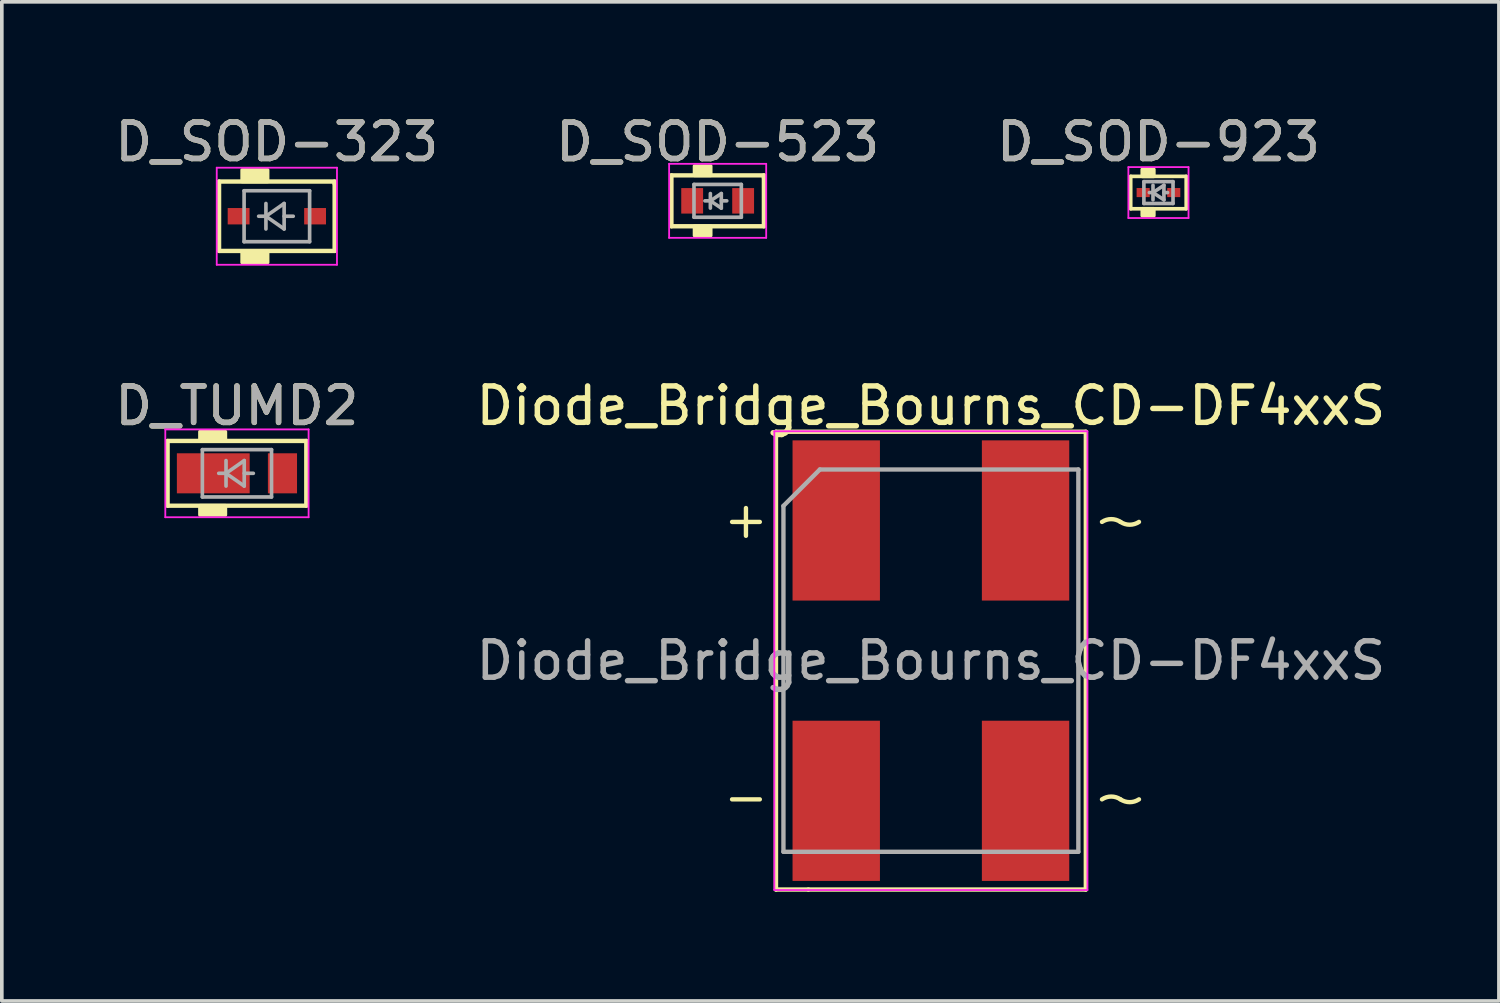
<source format=kicad_pcb>
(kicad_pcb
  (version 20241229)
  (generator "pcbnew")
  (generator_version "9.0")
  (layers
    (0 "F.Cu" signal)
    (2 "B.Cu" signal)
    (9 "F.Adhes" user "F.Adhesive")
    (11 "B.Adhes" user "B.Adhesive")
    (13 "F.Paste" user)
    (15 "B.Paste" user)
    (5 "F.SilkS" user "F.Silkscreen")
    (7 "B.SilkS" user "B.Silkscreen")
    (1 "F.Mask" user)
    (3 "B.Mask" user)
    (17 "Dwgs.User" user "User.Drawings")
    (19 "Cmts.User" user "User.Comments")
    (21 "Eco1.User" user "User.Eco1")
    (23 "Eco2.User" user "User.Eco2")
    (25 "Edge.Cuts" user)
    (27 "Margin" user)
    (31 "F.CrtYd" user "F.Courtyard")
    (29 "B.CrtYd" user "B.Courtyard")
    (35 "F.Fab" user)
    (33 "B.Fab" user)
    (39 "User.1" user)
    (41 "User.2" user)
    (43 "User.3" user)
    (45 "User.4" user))
  (footprint "D_SOD-923"
    (layer "F.Cu")
    (at 28.768 2.239)
    (property "Reference" "D_SOD-923" (at 0 -1.391 0) (layer "F.SilkS") (effects (font (size 1 1) (thickness 0.15))))
    (attr smd)
    (fp_line (start -0.762 -0.445) (end -0.762 0.445) (stroke (width 0.1) (type solid)) (layer "F.SilkS"))
    (fp_line (start -0.762 0.445) (end 0.762 0.445) (stroke (width 0.1) (type solid)) (layer "F.SilkS"))
    (fp_line (start 0.762 -0.445) (end -0.762 -0.445) (stroke (width 0.1) (type solid)) (layer "F.SilkS"))
    (fp_line (start 0.762 0.445) (end 0.762 -0.445) (stroke (width 0.1) (type solid)) (layer "F.SilkS"))
    (fp_poly (pts (xy -0.127 -0.445) (xy -0.445 -0.445) (xy -0.445 -0.635) (xy -0.127 -0.635)) (stroke (width 0.1) (type solid)) (fill yes) (layer "F.SilkS"))
    (fp_poly (pts (xy -0.127 0.635) (xy -0.445 0.635) (xy -0.445 0.445) (xy -0.127 0.445)) (stroke (width 0.1) (type solid)) (fill yes) (layer "F.SilkS"))
    (fp_line (start -0.826 -0.699) (end -0.826 0.699) (stroke (width 0.05) (type solid)) (layer "F.CrtYd"))
    (fp_line (start -0.826 -0.699) (end 0.826 -0.699) (stroke (width 0.05) (type solid)) (layer "F.CrtYd"))
    (fp_line (start 0.826 -0.699) (end 0.826 0.699) (stroke (width 0.05) (type solid)) (layer "F.CrtYd"))
    (fp_line (start 0.826 0.699) (end -0.826 0.699) (stroke (width 0.05) (type solid)) (layer "F.CrtYd"))
    (fp_line (start -0.4 -0.3) (end 0.4 -0.3) (stroke (width 0.1) (type solid)) (layer "F.Fab"))
    (fp_line (start -0.4 0.3) (end -0.4 -0.3) (stroke (width 0.1) (type solid)) (layer "F.Fab"))
    (fp_line (start -0.15 0) (end -0.25 0) (stroke (width 0.1) (type solid)) (layer "F.Fab"))
    (fp_line (start -0.15 0) (end 0.15 0.2) (stroke (width 0.1) (type solid)) (layer "F.Fab"))
    (fp_line (start -0.15 0.2) (end -0.15 -0.2) (stroke (width 0.1) (type solid)) (layer "F.Fab"))
    (fp_line (start 0.15 -0.2) (end -0.15 0) (stroke (width 0.1) (type solid)) (layer "F.Fab"))
    (fp_line (start 0.15 0) (end 0.25 0) (stroke (width 0.1) (type solid)) (layer "F.Fab"))
    (fp_line (start 0.15 0.2) (end 0.15 -0.2) (stroke (width 0.1) (type solid)) (layer "F.Fab"))
    (fp_line (start 0.4 -0.3) (end 0.4 0.3) (stroke (width 0.1) (type solid)) (layer "F.Fab"))
    (fp_line (start 0.4 0.3) (end -0.4 0.3) (stroke (width 0.1) (type solid)) (layer "F.Fab"))
    (fp_text user "${REFERENCE}" (at 0 -1.391 0) (layer "F.Fab") (effects (font (size 1 1) (thickness 0.15))))
    (pad "1" smd rect (at -0.42 0 180) (size 0.36 0.25) (layers "F.Cu" "F.Mask" "F.Paste"))
    (pad "2" smd rect (at 0.42 0 180) (size 0.36 0.25) (layers "F.Cu" "F.Mask" "F.Paste")))
  (footprint "D_SOD-323"
    (layer "F.Cu")
    (at 4.554 2.889)
    (property "Reference" "D_SOD-323" (at 0 -2.041 0) (layer "F.SilkS") (effects (font (size 1 1) (thickness 0.15))))
    (attr smd)
    (fp_line (start -1.587 -0.953) (end -1.587 0.953) (stroke (width 0.12) (type solid)) (layer "F.SilkS"))
    (fp_line (start -1.587 0.953) (end 1.587 0.953) (stroke (width 0.12) (type solid)) (layer "F.SilkS"))
    (fp_line (start 1.587 -0.953) (end -1.587 -0.953) (stroke (width 0.12) (type solid)) (layer "F.SilkS"))
    (fp_line (start 1.587 -0.889) (end 1.587 -0.953) (stroke (width 0.12) (type solid)) (layer "F.SilkS"))
    (fp_line (start 1.587 0.953) (end 1.587 -0.889) (stroke (width 0.12) (type solid)) (layer "F.SilkS"))
    (fp_poly (pts (xy -0.254 -0.953) (xy -0.953 -0.953) (xy -0.953 -1.27) (xy -0.254 -1.27)) (stroke (width 0.1) (type solid)) (fill yes) (layer "F.SilkS"))
    (fp_poly (pts (xy -0.254 1.27) (xy -0.953 1.27) (xy -0.953 0.953) (xy -0.254 0.953)) (stroke (width 0.1) (type solid)) (fill yes) (layer "F.SilkS"))
    (fp_line (start -1.651 -1.333) (end -1.651 1.333) (stroke (width 0.05) (type solid)) (layer "F.CrtYd"))
    (fp_line (start -1.651 -1.333) (end 1.651 -1.333) (stroke (width 0.05) (type solid)) (layer "F.CrtYd"))
    (fp_line (start -1.651 1.333) (end 1.651 1.333) (stroke (width 0.05) (type solid)) (layer "F.CrtYd"))
    (fp_line (start 1.651 -1.333) (end 1.651 1.333) (stroke (width 0.05) (type solid)) (layer "F.CrtYd"))
    (fp_line (start -0.9 -0.7) (end 0.9 -0.7) (stroke (width 0.1) (type solid)) (layer "F.Fab"))
    (fp_line (start -0.9 0.7) (end -0.9 -0.7) (stroke (width 0.1) (type solid)) (layer "F.Fab"))
    (fp_line (start -0.3 -0.35) (end -0.3 0.35) (stroke (width 0.1) (type solid)) (layer "F.Fab"))
    (fp_line (start -0.3 0) (end -0.5 0) (stroke (width 0.1) (type solid)) (layer "F.Fab"))
    (fp_line (start -0.3 0) (end 0.2 -0.35) (stroke (width 0.1) (type solid)) (layer "F.Fab"))
    (fp_line (start 0.2 -0.35) (end 0.2 0.35) (stroke (width 0.1) (type solid)) (layer "F.Fab"))
    (fp_line (start 0.2 0) (end 0.45 0) (stroke (width 0.1) (type solid)) (layer "F.Fab"))
    (fp_line (start 0.2 0.35) (end -0.3 0) (stroke (width 0.1) (type solid)) (layer "F.Fab"))
    (fp_line (start 0.9 -0.7) (end 0.9 0.7) (stroke (width 0.1) (type solid)) (layer "F.Fab"))
    (fp_line (start 0.9 0.7) (end -0.9 0.7) (stroke (width 0.1) (type solid)) (layer "F.Fab"))
    (fp_text user "${REFERENCE}" (at 0 -2.041 0) (layer "F.Fab") (effects (font (size 1 1) (thickness 0.15))))
    (pad "1" smd rect (at -1.05 0) (size 0.6 0.45) (layers "F.Cu" "F.Mask" "F.Paste"))
    (pad "2" smd rect (at 1.05 0) (size 0.6 0.45) (layers "F.Cu" "F.Mask" "F.Paste")))
  (footprint "D_SOD-523"
    (layer "F.Cu")
    (at 16.661 2.466)
    (property "Reference" "D_SOD-523" (at 0 -1.617 0) (layer "F.SilkS") (effects (font (size 1 1) (thickness 0.15))))
    (attr smd)
    (fp_line (start -1.27 -0.699) (end -1.27 0.699) (stroke (width 0.12) (type solid)) (layer "F.SilkS"))
    (fp_line (start -1.27 0.699) (end 1.27 0.699) (stroke (width 0.12) (type solid)) (layer "F.SilkS"))
    (fp_line (start 1.27 -0.699) (end -1.27 -0.699) (stroke (width 0.12) (type solid)) (layer "F.SilkS"))
    (fp_line (start 1.27 -0.635) (end 1.27 -0.699) (stroke (width 0.12) (type solid)) (layer "F.SilkS"))
    (fp_line (start 1.27 0.699) (end 1.27 -0.635) (stroke (width 0.12) (type solid)) (layer "F.SilkS"))
    (fp_poly (pts (xy -0.191 -0.699) (xy -0.635 -0.699) (xy -0.635 -0.953) (xy -0.191 -0.953)) (stroke (width 0.1) (type solid)) (fill yes) (layer "F.SilkS"))
    (fp_poly (pts (xy -0.191 0.953) (xy -0.635 0.953) (xy -0.635 0.699) (xy -0.191 0.699)) (stroke (width 0.1) (type solid)) (fill yes) (layer "F.SilkS"))
    (fp_line (start -1.333 -1.016) (end 1.333 -1.016) (stroke (width 0.05) (type solid)) (layer "F.CrtYd"))
    (fp_line (start -1.333 1.016) (end -1.333 -1.016) (stroke (width 0.05) (type solid)) (layer "F.CrtYd"))
    (fp_line (start 1.333 -1.016) (end 1.333 1.016) (stroke (width 0.05) (type solid)) (layer "F.CrtYd"))
    (fp_line (start 1.333 1.016) (end -1.333 1.016) (stroke (width 0.05) (type solid)) (layer "F.CrtYd"))
    (fp_line (start -0.65 -0.45) (end 0.65 -0.45) (stroke (width 0.1) (type solid)) (layer "F.Fab"))
    (fp_line (start -0.65 0.45) (end -0.65 -0.45) (stroke (width 0.1) (type solid)) (layer "F.Fab"))
    (fp_line (start -0.2 0) (end -0.35 0) (stroke (width 0.1) (type solid)) (layer "F.Fab"))
    (fp_line (start -0.2 0) (end 0.1 0.2) (stroke (width 0.1) (type solid)) (layer "F.Fab"))
    (fp_line (start -0.2 0.2) (end -0.2 -0.2) (stroke (width 0.1) (type solid)) (layer "F.Fab"))
    (fp_line (start 0.1 -0.2) (end -0.2 0) (stroke (width 0.1) (type solid)) (layer "F.Fab"))
    (fp_line (start 0.1 0) (end 0.25 0) (stroke (width 0.1) (type solid)) (layer "F.Fab"))
    (fp_line (start 0.1 0.2) (end 0.1 -0.2) (stroke (width 0.1) (type solid)) (layer "F.Fab"))
    (fp_line (start 0.65 -0.45) (end 0.65 0.45) (stroke (width 0.1) (type solid)) (layer "F.Fab"))
    (fp_line (start 0.65 0.45) (end -0.65 0.45) (stroke (width 0.1) (type solid)) (layer "F.Fab"))
    (fp_text user "${REFERENCE}" (at 0 -1.617 0) (layer "F.Fab") (effects (font (size 1 1) (thickness 0.15))))
    (pad "1" smd rect (at -0.7 0 180) (size 0.6 0.7) (layers "F.Cu" "F.Mask" "F.Paste"))
    (pad "2" smd rect (at 0.7 0 180) (size 0.6 0.7) (layers "F.Cu" "F.Mask" "F.Paste")))
  (footprint "D_TUMD2"
    (layer "F.Cu")
    (at 3.458 9.95)
    (property "Reference" "D_TUMD2" (at 0 -1.854 0) (layer "F.SilkS") (effects (font (size 1 1) (thickness 0.15))))
    (attr smd)
    (fp_line (start -1.905 -0.889) (end -1.905 0.889) (stroke (width 0.12) (type solid)) (layer "F.SilkS"))
    (fp_line (start -1.905 0.889) (end 1.905 0.889) (stroke (width 0.12) (type solid)) (layer "F.SilkS"))
    (fp_line (start 1.905 -0.889) (end -1.905 -0.889) (stroke (width 0.12) (type solid)) (layer "F.SilkS"))
    (fp_line (start 1.905 0.889) (end 1.905 -0.889) (stroke (width 0.12) (type solid)) (layer "F.SilkS"))
    (fp_poly (pts (xy -0.318 -1.143) (xy -0.318 -0.889) (xy -1.016 -0.889) (xy -1.016 -1.143)) (stroke (width 0.1) (type solid)) (fill yes) (layer "F.SilkS"))
    (fp_poly (pts (xy -0.318 0.889) (xy -0.318 1.143) (xy -1.016 1.143) (xy -1.016 0.889)) (stroke (width 0.1) (type solid)) (fill yes) (layer "F.SilkS"))
    (fp_line (start -1.968 -1.206) (end 1.968 -1.206) (stroke (width 0.05) (type solid)) (layer "F.CrtYd"))
    (fp_line (start -1.968 1.206) (end -1.968 -1.206) (stroke (width 0.05) (type solid)) (layer "F.CrtYd"))
    (fp_line (start 1.968 -1.206) (end 1.968 1.206) (stroke (width 0.05) (type solid)) (layer "F.CrtYd"))
    (fp_line (start 1.968 1.206) (end -1.968 1.206) (stroke (width 0.05) (type solid)) (layer "F.CrtYd"))
    (fp_line (start -0.95 -0.65) (end 0.95 -0.65) (stroke (width 0.1) (type solid)) (layer "F.Fab"))
    (fp_line (start -0.95 0.65) (end -0.95 -0.65) (stroke (width 0.1) (type solid)) (layer "F.Fab"))
    (fp_line (start -0.3 -0.35) (end -0.3 0.35) (stroke (width 0.1) (type solid)) (layer "F.Fab"))
    (fp_line (start -0.3 0) (end -0.5 0) (stroke (width 0.1) (type solid)) (layer "F.Fab"))
    (fp_line (start -0.3 0) (end 0.2 -0.35) (stroke (width 0.1) (type solid)) (layer "F.Fab"))
    (fp_line (start 0.2 -0.35) (end 0.2 0.35) (stroke (width 0.1) (type solid)) (layer "F.Fab"))
    (fp_line (start 0.2 0) (end 0.45 0) (stroke (width 0.1) (type solid)) (layer "F.Fab"))
    (fp_line (start 0.2 0.35) (end -0.3 0) (stroke (width 0.1) (type solid)) (layer "F.Fab"))
    (fp_line (start 0.95 -0.65) (end 0.95 0.65) (stroke (width 0.1) (type solid)) (layer "F.Fab"))
    (fp_line (start 0.95 0.65) (end -0.95 0.65) (stroke (width 0.1) (type solid)) (layer "F.Fab"))
    (fp_text user "${REFERENCE}" (at 0 -1.854 0) (layer "F.Fab") (effects (font (size 1 1) (thickness 0.15))))
    (pad "1" smd rect (at -0.65 0 180) (size 2 1.1) (layers "F.Cu" "F.Mask" "F.Paste"))
    (pad "2" smd rect (at 1.25 0 180) (size 0.8 1.1) (layers "F.Cu" "F.Mask" "F.Paste")))
  (footprint "Diode_Bridge_Bourns_CD-DF4xxS"
    (layer "F.Cu")
    (at 22.518 15.095)
    (property "Reference" "Diode_Bridge_Bourns_CD-DF4xxS" (at 0 -7 0) (layer "F.SilkS") (effects (font (size 1 1) (thickness 0.15))))
    (attr smd)
    (fp_line (start -5.461 -3.81) (end -4.699 -3.81) (stroke (width 0.12) (type solid)) (layer "F.SilkS"))
    (fp_line (start -5.461 3.81) (end -4.699 3.81) (stroke (width 0.12) (type solid)) (layer "F.SilkS"))
    (fp_line (start -5.08 -4.191) (end -5.08 -3.429) (stroke (width 0.12) (type solid)) (layer "F.SilkS"))
    (fp_line (start -4.255 -6.287) (end 4.255 -6.287) (stroke (width 0.12) (type solid)) (layer "F.SilkS"))
    (fp_line (start -4.255 6.287) (end -4.255 -6.287) (stroke (width 0.12) (type solid)) (layer "F.SilkS"))
    (fp_line (start -3.365 6.287) (end -4.255 6.287) (stroke (width 0.12) (type solid)) (layer "F.SilkS"))
    (fp_line (start 4.255 -6.287) (end 4.255 6.287) (stroke (width 0.12) (type solid)) (layer "F.SilkS"))
    (fp_line (start 4.255 6.287) (end -3.365 6.287) (stroke (width 0.12) (type solid)) (layer "F.SilkS"))
    (fp_arc (start 4.699001 -3.809999) (mid 4.953 -3.886904) (end 5.206999 -3.809999) (stroke (width 0.12) (type solid)) (layer "F.SilkS"))
    (fp_arc (start 4.699001 3.810001) (mid 4.953 3.733096) (end 5.206999 3.810001) (stroke (width 0.12) (type solid)) (layer "F.SilkS"))
    (fp_arc (start 5.715 -3.81) (mid 5.461001 -3.733095) (end 5.207002 -3.81) (stroke (width 0.12) (type solid)) (layer "F.SilkS"))
    (fp_arc (start 5.715 3.81) (mid 5.461001 3.886905) (end 5.207002 3.81) (stroke (width 0.12) (type solid)) (layer "F.SilkS"))
    (fp_line (start -4.3 -6.3) (end -4.3 6.3) (stroke (width 0.05) (type solid)) (layer "F.CrtYd"))
    (fp_line (start -4.3 -6.3) (end 4.3 -6.3) (stroke (width 0.05) (type solid)) (layer "F.CrtYd"))
    (fp_line (start 4.3 6.3) (end -4.3 6.3) (stroke (width 0.05) (type solid)) (layer "F.CrtYd"))
    (fp_line (start 4.3 6.3) (end 4.3 -6.3) (stroke (width 0.05) (type solid)) (layer "F.CrtYd"))
    (fp_line (start -4.05 -4.25) (end -3.05 -5.25) (stroke (width 0.12) (type solid)) (layer "F.Fab"))
    (fp_line (start -4.05 5.25) (end -4.05 -4.25) (stroke (width 0.12) (type solid)) (layer "F.Fab"))
    (fp_line (start -3.05 -5.25) (end 4.05 -5.25) (stroke (width 0.12) (type solid)) (layer "F.Fab"))
    (fp_line (start 4.05 -5.25) (end 4.05 5.25) (stroke (width 0.12) (type solid)) (layer "F.Fab"))
    (fp_line (start 4.05 5.25) (end -4.05 5.25) (stroke (width 0.12) (type solid)) (layer "F.Fab"))
    (fp_text user "${REFERENCE}" (at 0 0 0) (layer "F.Fab") (effects (font (size 1 1) (thickness 0.15))))
    (pad "1" smd rect (at -2.6 -3.85) (size 2.4 4.4) (layers "F.Cu" "F.Mask" "F.Paste"))
    (pad "2" smd rect (at -2.6 3.85) (size 2.4 4.4) (layers "F.Cu" "F.Mask" "F.Paste"))
    (pad "3" smd rect (at 2.6 3.85) (size 2.4 4.4) (layers "F.Cu" "F.Mask" "F.Paste"))
    (pad "4" smd rect (at 2.6 -3.85) (size 2.4 4.4) (layers "F.Cu" "F.Mask" "F.Paste")))
  (gr_rect
    (start -3 -3)
    (end 38.119 24.442)
    (stroke (width 0.1) (type default))
    (fill no)
    (layer "Edge.Cuts")))
</source>
